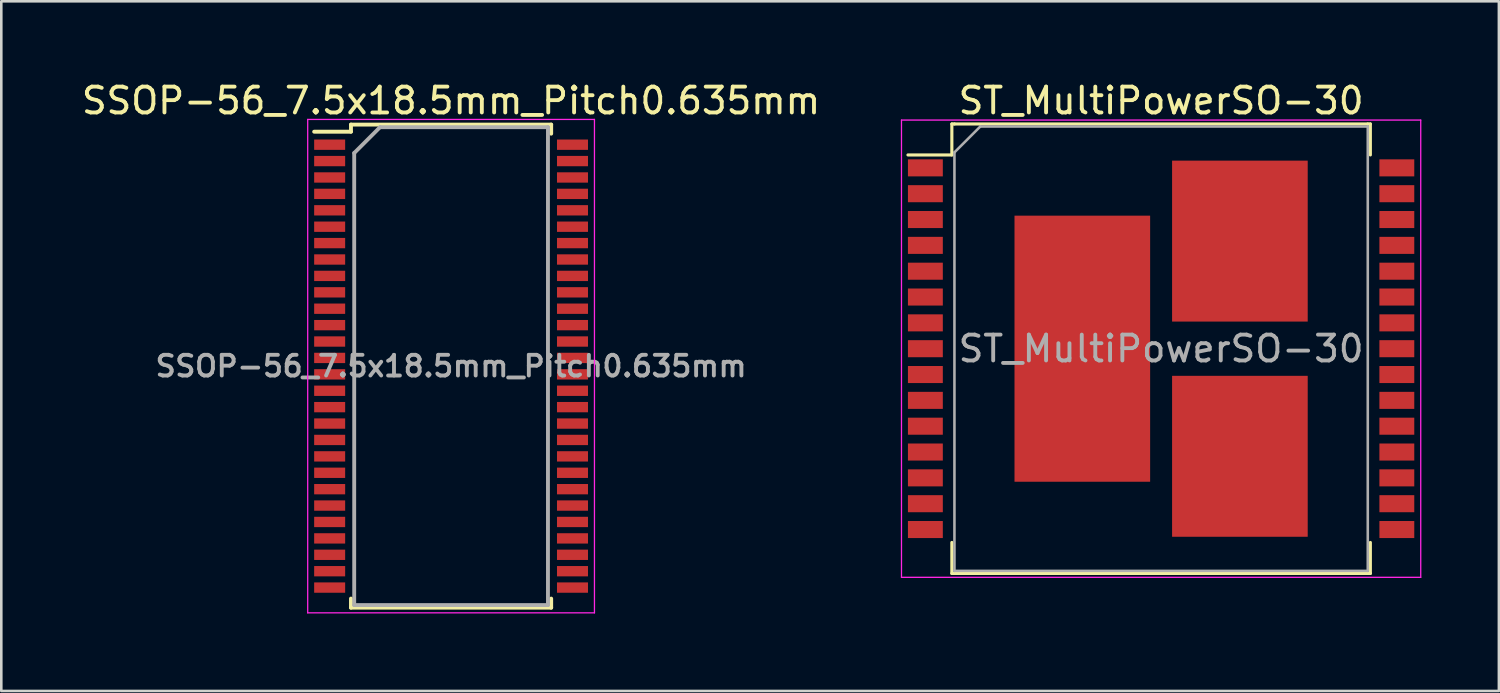
<source format=kicad_pcb>
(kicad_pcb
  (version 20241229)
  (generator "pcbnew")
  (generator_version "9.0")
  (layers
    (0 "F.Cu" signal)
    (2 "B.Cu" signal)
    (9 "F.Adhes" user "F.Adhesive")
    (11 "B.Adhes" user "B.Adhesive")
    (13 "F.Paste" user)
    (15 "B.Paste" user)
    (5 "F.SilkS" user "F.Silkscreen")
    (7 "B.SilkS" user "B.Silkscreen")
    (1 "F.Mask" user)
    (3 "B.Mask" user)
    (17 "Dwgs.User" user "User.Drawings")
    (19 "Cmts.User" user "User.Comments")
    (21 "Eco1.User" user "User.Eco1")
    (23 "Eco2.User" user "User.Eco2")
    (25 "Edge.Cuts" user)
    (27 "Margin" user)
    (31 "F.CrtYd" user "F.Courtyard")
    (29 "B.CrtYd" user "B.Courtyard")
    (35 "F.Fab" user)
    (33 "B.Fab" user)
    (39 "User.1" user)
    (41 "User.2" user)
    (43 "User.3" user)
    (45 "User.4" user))
  (footprint "ST_MultiPowerSO-30"
    (layer "F.Cu")
    (at 41.896 10.448)
    (property "Reference" "ST_MultiPowerSO-30" (at 0 -9.6 0) (layer "F.SilkS") (effects (font (size 1 1) (thickness 0.15))))
    (attr smd)
    (fp_line (start -8.1 -8.7) (end -8.1 -7.5) (stroke (width 0.12) (type solid)) (layer "F.SilkS"))
    (fp_line (start -8.1 -7.5) (end -9.8 -7.5) (stroke (width 0.12) (type solid)) (layer "F.SilkS"))
    (fp_line (start -8.1 8.7) (end -8.1 7.5) (stroke (width 0.12) (type solid)) (layer "F.SilkS"))
    (fp_line (start -8 -8.7) (end -8.1 -8.7) (stroke (width 0.12) (type solid)) (layer "F.SilkS"))
    (fp_line (start 8 -8.7) (end -8 -8.7) (stroke (width 0.12) (type solid)) (layer "F.SilkS"))
    (fp_line (start 8 -8.7) (end 8.1 -8.7) (stroke (width 0.12) (type solid)) (layer "F.SilkS"))
    (fp_line (start 8 8.7) (end -8.1 8.7) (stroke (width 0.12) (type solid)) (layer "F.SilkS"))
    (fp_line (start 8 8.7) (end 8.1 8.7) (stroke (width 0.12) (type solid)) (layer "F.SilkS"))
    (fp_line (start 8.1 -8.7) (end 8.1 -7.5) (stroke (width 0.12) (type solid)) (layer "F.SilkS"))
    (fp_line (start 8.1 8.7) (end 8.1 7.5) (stroke (width 0.12) (type solid)) (layer "F.SilkS"))
    (fp_line (start -10.05 -8.85) (end -10.05 8.85) (stroke (width 0.05) (type solid)) (layer "F.CrtYd"))
    (fp_line (start -10.05 -8.85) (end 10.05 -8.85) (stroke (width 0.05) (type solid)) (layer "F.CrtYd"))
    (fp_line (start 10.05 8.85) (end -10.05 8.85) (stroke (width 0.05) (type solid)) (layer "F.CrtYd"))
    (fp_line (start 10.05 8.85) (end 10.05 -8.85) (stroke (width 0.05) (type solid)) (layer "F.CrtYd"))
    (fp_line (start -8 -7.6) (end -8 8.6) (stroke (width 0.1) (type solid)) (layer "F.Fab"))
    (fp_line (start -8 8.6) (end 8 8.6) (stroke (width 0.1) (type solid)) (layer "F.Fab"))
    (fp_line (start -7 -8.6) (end -8 -7.6) (stroke (width 0.1) (type solid)) (layer "F.Fab"))
    (fp_line (start 8 -8.6) (end -7 -8.6) (stroke (width 0.1) (type solid)) (layer "F.Fab"))
    (fp_line (start 8 8.6) (end 8 -8.6) (stroke (width 0.1) (type solid)) (layer "F.Fab"))
    (fp_text user "${REFERENCE}" (at 0 0 0) (layer "F.Fab") (effects (font (size 1 1) (thickness 0.15))))
    (pad "1" smd rect (at -9.125 -7 270) (size 0.66 1.35) (layers "F.Cu" "F.Mask" "F.Paste"))
    (pad "2" smd rect (at -9.125 -6 270) (size 0.66 1.35) (layers "F.Cu" "F.Mask" "F.Paste"))
    (pad "3" smd rect (at -9.125 -5 270) (size 0.66 1.35) (layers "F.Cu" "F.Mask" "F.Paste"))
    (pad "4" smd rect (at -9.125 -4 270) (size 0.66 1.35) (layers "F.Cu" "F.Mask" "F.Paste"))
    (pad "5" smd rect (at -9.125 -3 270) (size 0.66 1.35) (layers "F.Cu" "F.Mask" "F.Paste"))
    (pad "6" smd rect (at -9.125 -2 270) (size 0.66 1.35) (layers "F.Cu" "F.Mask" "F.Paste"))
    (pad "7" smd rect (at -9.125 -1 270) (size 0.66 1.35) (layers "F.Cu" "F.Mask" "F.Paste"))
    (pad "8" smd rect (at -9.125 0 270) (size 0.66 1.35) (layers "F.Cu" "F.Mask" "F.Paste"))
    (pad "9" smd rect (at -9.125 1 270) (size 0.66 1.35) (layers "F.Cu" "F.Mask" "F.Paste"))
    (pad "10" smd rect (at -9.125 2 270) (size 0.66 1.35) (layers "F.Cu" "F.Mask" "F.Paste"))
    (pad "11" smd rect (at -9.125 3 270) (size 0.66 1.35) (layers "F.Cu" "F.Mask" "F.Paste"))
    (pad "12" smd rect (at -9.125 4 270) (size 0.66 1.35) (layers "F.Cu" "F.Mask" "F.Paste"))
    (pad "13" smd rect (at -9.125 5 270) (size 0.66 1.35) (layers "F.Cu" "F.Mask" "F.Paste"))
    (pad "14" smd rect (at -9.125 6 270) (size 0.66 1.35) (layers "F.Cu" "F.Mask" "F.Paste"))
    (pad "15" smd rect (at -9.125 7 270) (size 0.66 1.35) (layers "F.Cu" "F.Mask" "F.Paste"))
    (pad "16" smd rect (at 9.125 7 270) (size 0.66 1.35) (layers "F.Cu" "F.Mask" "F.Paste"))
    (pad "17" smd rect (at 9.125 6 270) (size 0.66 1.35) (layers "F.Cu" "F.Mask" "F.Paste"))
    (pad "18" smd rect (at 9.125 5 270) (size 0.66 1.35) (layers "F.Cu" "F.Mask" "F.Paste"))
    (pad "19" smd rect (at 9.125 4 270) (size 0.66 1.35) (layers "F.Cu" "F.Mask" "F.Paste"))
    (pad "20" smd rect (at 9.125 3 270) (size 0.66 1.35) (layers "F.Cu" "F.Mask" "F.Paste"))
    (pad "21" smd rect (at 9.125 2 270) (size 0.66 1.35) (layers "F.Cu" "F.Mask" "F.Paste"))
    (pad "22" smd rect (at 9.125 1 270) (size 0.66 1.35) (layers "F.Cu" "F.Mask" "F.Paste"))
    (pad "23" smd rect (at 9.125 0 270) (size 0.66 1.35) (layers "F.Cu" "F.Mask" "F.Paste"))
    (pad "24" smd rect (at 9.125 -1 270) (size 0.66 1.35) (layers "F.Cu" "F.Mask" "F.Paste"))
    (pad "25" smd rect (at 9.125 -2 270) (size 0.66 1.35) (layers "F.Cu" "F.Mask" "F.Paste"))
    (pad "26" smd rect (at 9.125 -3 270) (size 0.66 1.35) (layers "F.Cu" "F.Mask" "F.Paste"))
    (pad "27" smd rect (at 9.125 -4 270) (size 0.66 1.35) (layers "F.Cu" "F.Mask" "F.Paste"))
    (pad "28" smd rect (at 9.125 -5 270) (size 0.66 1.35) (layers "F.Cu" "F.Mask" "F.Paste"))
    (pad "29" smd rect (at 9.125 -6 270) (size 0.66 1.35) (layers "F.Cu" "F.Mask" "F.Paste"))
    (pad "30" smd rect (at 9.125 -7 270) (size 0.66 1.35) (layers "F.Cu" "F.Mask" "F.Paste"))
    (pad "31" smd rect (at -3.05 0) (size 5.25 10.3) (layers "F.Cu" "F.Mask" "F.Paste"))
    (pad "32" smd rect (at 3.05 4.165) (size 5.25 6.23) (layers "F.Cu" "F.Mask" "F.Paste"))
    (pad "33" smd rect (at 3.05 -4.165) (size 5.25 6.23) (layers "F.Cu" "F.Mask" "F.Paste")))
  (footprint "SSOP-56_7.5x18.5mm_Pitch0.635mm"
    (layer "F.Cu")
    (at 14.411 11.123)
    (property "Reference" "SSOP-56_7.5x18.5mm_Pitch0.635mm" (at 0 -10.275 0) (layer "F.SilkS") (effects (font (size 1 1) (thickness 0.15))))
    (attr smd)
    (fp_line (start -3.875 -9.35) (end -3.875 -9.075) (stroke (width 0.15) (type solid)) (layer "F.SilkS"))
    (fp_line (start -3.875 -9.35) (end 3.875 -9.35) (stroke (width 0.15) (type solid)) (layer "F.SilkS"))
    (fp_line (start -3.875 -9.075) (end -5.3 -9.075) (stroke (width 0.15) (type solid)) (layer "F.SilkS"))
    (fp_line (start -3.875 9.35) (end -3.875 8.998) (stroke (width 0.15) (type solid)) (layer "F.SilkS"))
    (fp_line (start -3.875 9.35) (end 3.875 9.35) (stroke (width 0.15) (type solid)) (layer "F.SilkS"))
    (fp_line (start 3.875 -9.35) (end 3.875 -8.998) (stroke (width 0.15) (type solid)) (layer "F.SilkS"))
    (fp_line (start 3.875 9.35) (end 3.875 8.998) (stroke (width 0.15) (type solid)) (layer "F.SilkS"))
    (fp_line (start -5.55 -9.55) (end -5.55 9.55) (stroke (width 0.05) (type solid)) (layer "F.CrtYd"))
    (fp_line (start -5.55 -9.55) (end 5.55 -9.55) (stroke (width 0.05) (type solid)) (layer "F.CrtYd"))
    (fp_line (start -5.55 9.55) (end 5.55 9.55) (stroke (width 0.05) (type solid)) (layer "F.CrtYd"))
    (fp_line (start 5.55 -9.55) (end 5.55 9.55) (stroke (width 0.05) (type solid)) (layer "F.CrtYd"))
    (fp_line (start -3.75 -8.25) (end -2.75 -9.25) (stroke (width 0.15) (type solid)) (layer "F.Fab"))
    (fp_line (start -3.75 9.25) (end -3.75 -8.25) (stroke (width 0.15) (type solid)) (layer "F.Fab"))
    (fp_line (start -2.75 -9.25) (end 3.75 -9.25) (stroke (width 0.15) (type solid)) (layer "F.Fab"))
    (fp_line (start 3.75 -9.25) (end 3.75 9.25) (stroke (width 0.15) (type solid)) (layer "F.Fab"))
    (fp_line (start 3.75 9.25) (end -3.75 9.25) (stroke (width 0.15) (type solid)) (layer "F.Fab"))
    (fp_text user "${REFERENCE}" (at 0 0 0) (layer "F.Fab") (effects (font (size 0.8 0.8) (thickness 0.15))))
    (pad "1" smd rect (at -4.7 -8.572) (size 1.2 0.4) (layers "F.Cu" "F.Mask" "F.Paste"))
    (pad "2" smd rect (at -4.7 -7.938) (size 1.2 0.4) (layers "F.Cu" "F.Mask" "F.Paste"))
    (pad "3" smd rect (at -4.7 -7.303) (size 1.2 0.4) (layers "F.Cu" "F.Mask" "F.Paste"))
    (pad "4" smd rect (at -4.7 -6.668) (size 1.2 0.4) (layers "F.Cu" "F.Mask" "F.Paste"))
    (pad "5" smd rect (at -4.7 -6.032) (size 1.2 0.4) (layers "F.Cu" "F.Mask" "F.Paste"))
    (pad "6" smd rect (at -4.7 -5.397) (size 1.2 0.4) (layers "F.Cu" "F.Mask" "F.Paste"))
    (pad "7" smd rect (at -4.7 -4.763) (size 1.2 0.4) (layers "F.Cu" "F.Mask" "F.Paste"))
    (pad "8" smd rect (at -4.7 -4.128) (size 1.2 0.4) (layers "F.Cu" "F.Mask" "F.Paste"))
    (pad "9" smd rect (at -4.7 -3.493) (size 1.2 0.4) (layers "F.Cu" "F.Mask" "F.Paste"))
    (pad "10" smd rect (at -4.7 -2.857) (size 1.2 0.4) (layers "F.Cu" "F.Mask" "F.Paste"))
    (pad "11" smd rect (at -4.7 -2.223) (size 1.2 0.4) (layers "F.Cu" "F.Mask" "F.Paste"))
    (pad "12" smd rect (at -4.7 -1.587) (size 1.2 0.4) (layers "F.Cu" "F.Mask" "F.Paste"))
    (pad "13" smd rect (at -4.7 -0.953) (size 1.2 0.4) (layers "F.Cu" "F.Mask" "F.Paste"))
    (pad "14" smd rect (at -4.7 -0.318) (size 1.2 0.4) (layers "F.Cu" "F.Mask" "F.Paste"))
    (pad "15" smd rect (at -4.7 0.318) (size 1.2 0.4) (layers "F.Cu" "F.Mask" "F.Paste"))
    (pad "16" smd rect (at -4.7 0.953) (size 1.2 0.4) (layers "F.Cu" "F.Mask" "F.Paste"))
    (pad "17" smd rect (at -4.7 1.587) (size 1.2 0.4) (layers "F.Cu" "F.Mask" "F.Paste"))
    (pad "18" smd rect (at -4.7 2.223) (size 1.2 0.4) (layers "F.Cu" "F.Mask" "F.Paste"))
    (pad "19" smd rect (at -4.7 2.857) (size 1.2 0.4) (layers "F.Cu" "F.Mask" "F.Paste"))
    (pad "20" smd rect (at -4.7 3.493) (size 1.2 0.4) (layers "F.Cu" "F.Mask" "F.Paste"))
    (pad "21" smd rect (at -4.7 4.128) (size 1.2 0.4) (layers "F.Cu" "F.Mask" "F.Paste"))
    (pad "22" smd rect (at -4.7 4.763) (size 1.2 0.4) (layers "F.Cu" "F.Mask" "F.Paste"))
    (pad "23" smd rect (at -4.7 5.397) (size 1.2 0.4) (layers "F.Cu" "F.Mask" "F.Paste"))
    (pad "24" smd rect (at -4.7 6.032) (size 1.2 0.4) (layers "F.Cu" "F.Mask" "F.Paste"))
    (pad "25" smd rect (at -4.7 6.668) (size 1.2 0.4) (layers "F.Cu" "F.Mask" "F.Paste"))
    (pad "26" smd rect (at -4.7 7.303) (size 1.2 0.4) (layers "F.Cu" "F.Mask" "F.Paste"))
    (pad "27" smd rect (at -4.7 7.938) (size 1.2 0.4) (layers "F.Cu" "F.Mask" "F.Paste"))
    (pad "28" smd rect (at -4.7 8.572) (size 1.2 0.4) (layers "F.Cu" "F.Mask" "F.Paste"))
    (pad "29" smd rect (at 4.7 8.572) (size 1.2 0.4) (layers "F.Cu" "F.Mask" "F.Paste"))
    (pad "30" smd rect (at 4.7 7.938) (size 1.2 0.4) (layers "F.Cu" "F.Mask" "F.Paste"))
    (pad "31" smd rect (at 4.7 7.303) (size 1.2 0.4) (layers "F.Cu" "F.Mask" "F.Paste"))
    (pad "32" smd rect (at 4.7 6.668) (size 1.2 0.4) (layers "F.Cu" "F.Mask" "F.Paste"))
    (pad "33" smd rect (at 4.7 6.032) (size 1.2 0.4) (layers "F.Cu" "F.Mask" "F.Paste"))
    (pad "34" smd rect (at 4.7 5.397) (size 1.2 0.4) (layers "F.Cu" "F.Mask" "F.Paste"))
    (pad "35" smd rect (at 4.7 4.763) (size 1.2 0.4) (layers "F.Cu" "F.Mask" "F.Paste"))
    (pad "36" smd rect (at 4.7 4.128) (size 1.2 0.4) (layers "F.Cu" "F.Mask" "F.Paste"))
    (pad "37" smd rect (at 4.7 3.493) (size 1.2 0.4) (layers "F.Cu" "F.Mask" "F.Paste"))
    (pad "38" smd rect (at 4.7 2.857) (size 1.2 0.4) (layers "F.Cu" "F.Mask" "F.Paste"))
    (pad "39" smd rect (at 4.7 2.223) (size 1.2 0.4) (layers "F.Cu" "F.Mask" "F.Paste"))
    (pad "40" smd rect (at 4.7 1.587) (size 1.2 0.4) (layers "F.Cu" "F.Mask" "F.Paste"))
    (pad "41" smd rect (at 4.7 0.953) (size 1.2 0.4) (layers "F.Cu" "F.Mask" "F.Paste"))
    (pad "42" smd rect (at 4.7 0.318) (size 1.2 0.4) (layers "F.Cu" "F.Mask" "F.Paste"))
    (pad "43" smd rect (at 4.7 -0.318) (size 1.2 0.4) (layers "F.Cu" "F.Mask" "F.Paste"))
    (pad "44" smd rect (at 4.7 -0.953) (size 1.2 0.4) (layers "F.Cu" "F.Mask" "F.Paste"))
    (pad "45" smd rect (at 4.7 -1.587) (size 1.2 0.4) (layers "F.Cu" "F.Mask" "F.Paste"))
    (pad "46" smd rect (at 4.7 -2.223) (size 1.2 0.4) (layers "F.Cu" "F.Mask" "F.Paste"))
    (pad "47" smd rect (at 4.7 -2.857) (size 1.2 0.4) (layers "F.Cu" "F.Mask" "F.Paste"))
    (pad "48" smd rect (at 4.7 -3.493) (size 1.2 0.4) (layers "F.Cu" "F.Mask" "F.Paste"))
    (pad "49" smd rect (at 4.7 -4.128) (size 1.2 0.4) (layers "F.Cu" "F.Mask" "F.Paste"))
    (pad "50" smd rect (at 4.7 -4.763) (size 1.2 0.4) (layers "F.Cu" "F.Mask" "F.Paste"))
    (pad "51" smd rect (at 4.7 -5.397) (size 1.2 0.4) (layers "F.Cu" "F.Mask" "F.Paste"))
    (pad "52" smd rect (at 4.7 -6.032) (size 1.2 0.4) (layers "F.Cu" "F.Mask" "F.Paste"))
    (pad "53" smd rect (at 4.7 -6.668) (size 1.2 0.4) (layers "F.Cu" "F.Mask" "F.Paste"))
    (pad "54" smd rect (at 4.7 -7.303) (size 1.2 0.4) (layers "F.Cu" "F.Mask" "F.Paste"))
    (pad "55" smd rect (at 4.7 -7.938) (size 1.2 0.4) (layers "F.Cu" "F.Mask" "F.Paste"))
    (pad "56" smd rect (at 4.7 -8.572) (size 1.2 0.4) (layers "F.Cu" "F.Mask" "F.Paste")))
  (gr_rect
    (start -3 -3)
    (end 54.971 23.698)
    (stroke (width 0.1) (type default))
    (fill no)
    (layer "Edge.Cuts")))
</source>
